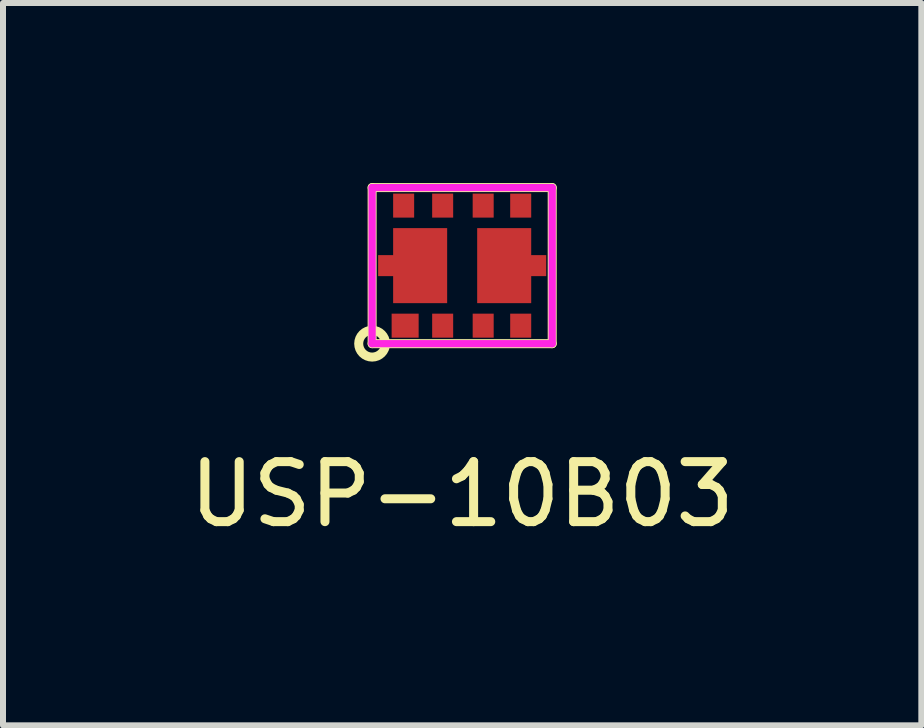
<source format=kicad_pcb>
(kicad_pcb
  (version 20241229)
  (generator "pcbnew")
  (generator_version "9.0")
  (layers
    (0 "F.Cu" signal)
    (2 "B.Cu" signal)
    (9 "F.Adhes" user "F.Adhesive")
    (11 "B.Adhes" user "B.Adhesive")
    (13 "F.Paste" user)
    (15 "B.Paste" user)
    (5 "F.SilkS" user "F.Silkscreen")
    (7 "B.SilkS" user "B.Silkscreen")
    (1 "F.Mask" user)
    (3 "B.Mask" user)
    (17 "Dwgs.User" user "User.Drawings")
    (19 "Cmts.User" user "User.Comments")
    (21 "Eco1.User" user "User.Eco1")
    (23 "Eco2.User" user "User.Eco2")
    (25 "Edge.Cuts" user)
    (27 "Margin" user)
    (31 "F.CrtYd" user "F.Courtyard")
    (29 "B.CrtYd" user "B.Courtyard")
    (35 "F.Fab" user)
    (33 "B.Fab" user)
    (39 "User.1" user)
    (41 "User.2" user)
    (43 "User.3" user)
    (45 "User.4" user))
  (footprint "USP-10B03"
    (layer "F.Cu")
    (at 4.649 1.375)
    (property "Reference" "USP-10B03" (at 0 3.81 0) (layer "F.SilkS") (effects (font (size 1 1) (thickness 0.15))))
    (attr through_hole)
    (fp_line (start -1.5 -1.3) (end 1.5 -1.3) (stroke (width 0.15) (type solid)) (layer "F.SilkS"))
    (fp_line (start -1.5 1.3) (end -1.5 -1.3) (stroke (width 0.15) (type solid)) (layer "F.SilkS"))
    (fp_line (start 1.5 -1.3) (end 1.5 1.3) (stroke (width 0.15) (type solid)) (layer "F.SilkS"))
    (fp_line (start 1.5 1.3) (end -1.5 1.3) (stroke (width 0.15) (type solid)) (layer "F.SilkS"))
    (fp_circle (center -1.5 1.3) (end -1.6 1.5) (stroke (width 0.15) (type solid)) (fill no) (layer "F.SilkS"))
    (fp_line (start -1.5 -1.3) (end 1.5 -1.3) (stroke (width 0.12) (type solid)) (layer "F.CrtYd"))
    (fp_line (start -1.5 1.3) (end -1.5 -1.3) (stroke (width 0.12) (type solid)) (layer "F.CrtYd"))
    (fp_line (start 1.5 -1.3) (end 1.5 1.3) (stroke (width 0.12) (type solid)) (layer "F.CrtYd"))
    (fp_line (start 1.5 1.3) (end -1.5 1.3) (stroke (width 0.12) (type solid)) (layer "F.CrtYd"))
    (pad "1" smd rect (at -0.95 1) (size 0.45 0.4) (layers "F.Cu" "F.Mask" "F.Paste"))
    (pad "2" smd rect (at -0.325 1) (size 0.35 0.4) (layers "F.Cu" "F.Mask" "F.Paste"))
    (pad "3" smd rect (at 0.35 1) (size 0.35 0.4) (layers "F.Cu" "F.Mask" "F.Paste"))
    (pad "4" smd rect (at 0.975 1) (size 0.35 0.4) (layers "F.Cu" "F.Mask" "F.Paste"))
    (pad "5" smd rect (at 0.975 -1) (size 0.35 0.4) (layers "F.Cu" "F.Mask" "F.Paste"))
    (pad "6" smd rect (at 0.35 -1) (size 0.35 0.4) (layers "F.Cu" "F.Mask" "F.Paste"))
    (pad "7" smd rect (at -0.325 -1) (size 0.35 0.4) (layers "F.Cu" "F.Mask" "F.Paste"))
    (pad "8" smd rect (at -0.975 -1) (size 0.35 0.4) (layers "F.Cu" "F.Mask" "F.Paste"))
    (pad "9" smd custom (at -0.7 0) (size 0.9 1.25) (layers "F.Cu" "F.Mask" "F.Paste") (options (anchor rect)) (primitives (gr_poly (pts (xy -0.45 -0.175) (xy -0.7 -0.175) (xy -0.7 0.175) (xy -0.45 0.175)) (width 0) (fill yes))))
    (pad "10" smd custom (at 0.7 0) (size 0.9 1.25) (layers "F.Cu" "F.Mask" "F.Paste") (options (anchor rect)) (primitives (gr_poly (pts (xy 0.45 -0.175) (xy 0.7 -0.175) (xy 0.7 0.175) (xy 0.45 0.175)) (width 0) (fill yes)))))
  (gr_rect
    (start -3 -3)
    (end 12.298 9.033)
    (stroke (width 0.1) (type default))
    (fill no)
    (layer "Edge.Cuts")))
</source>
